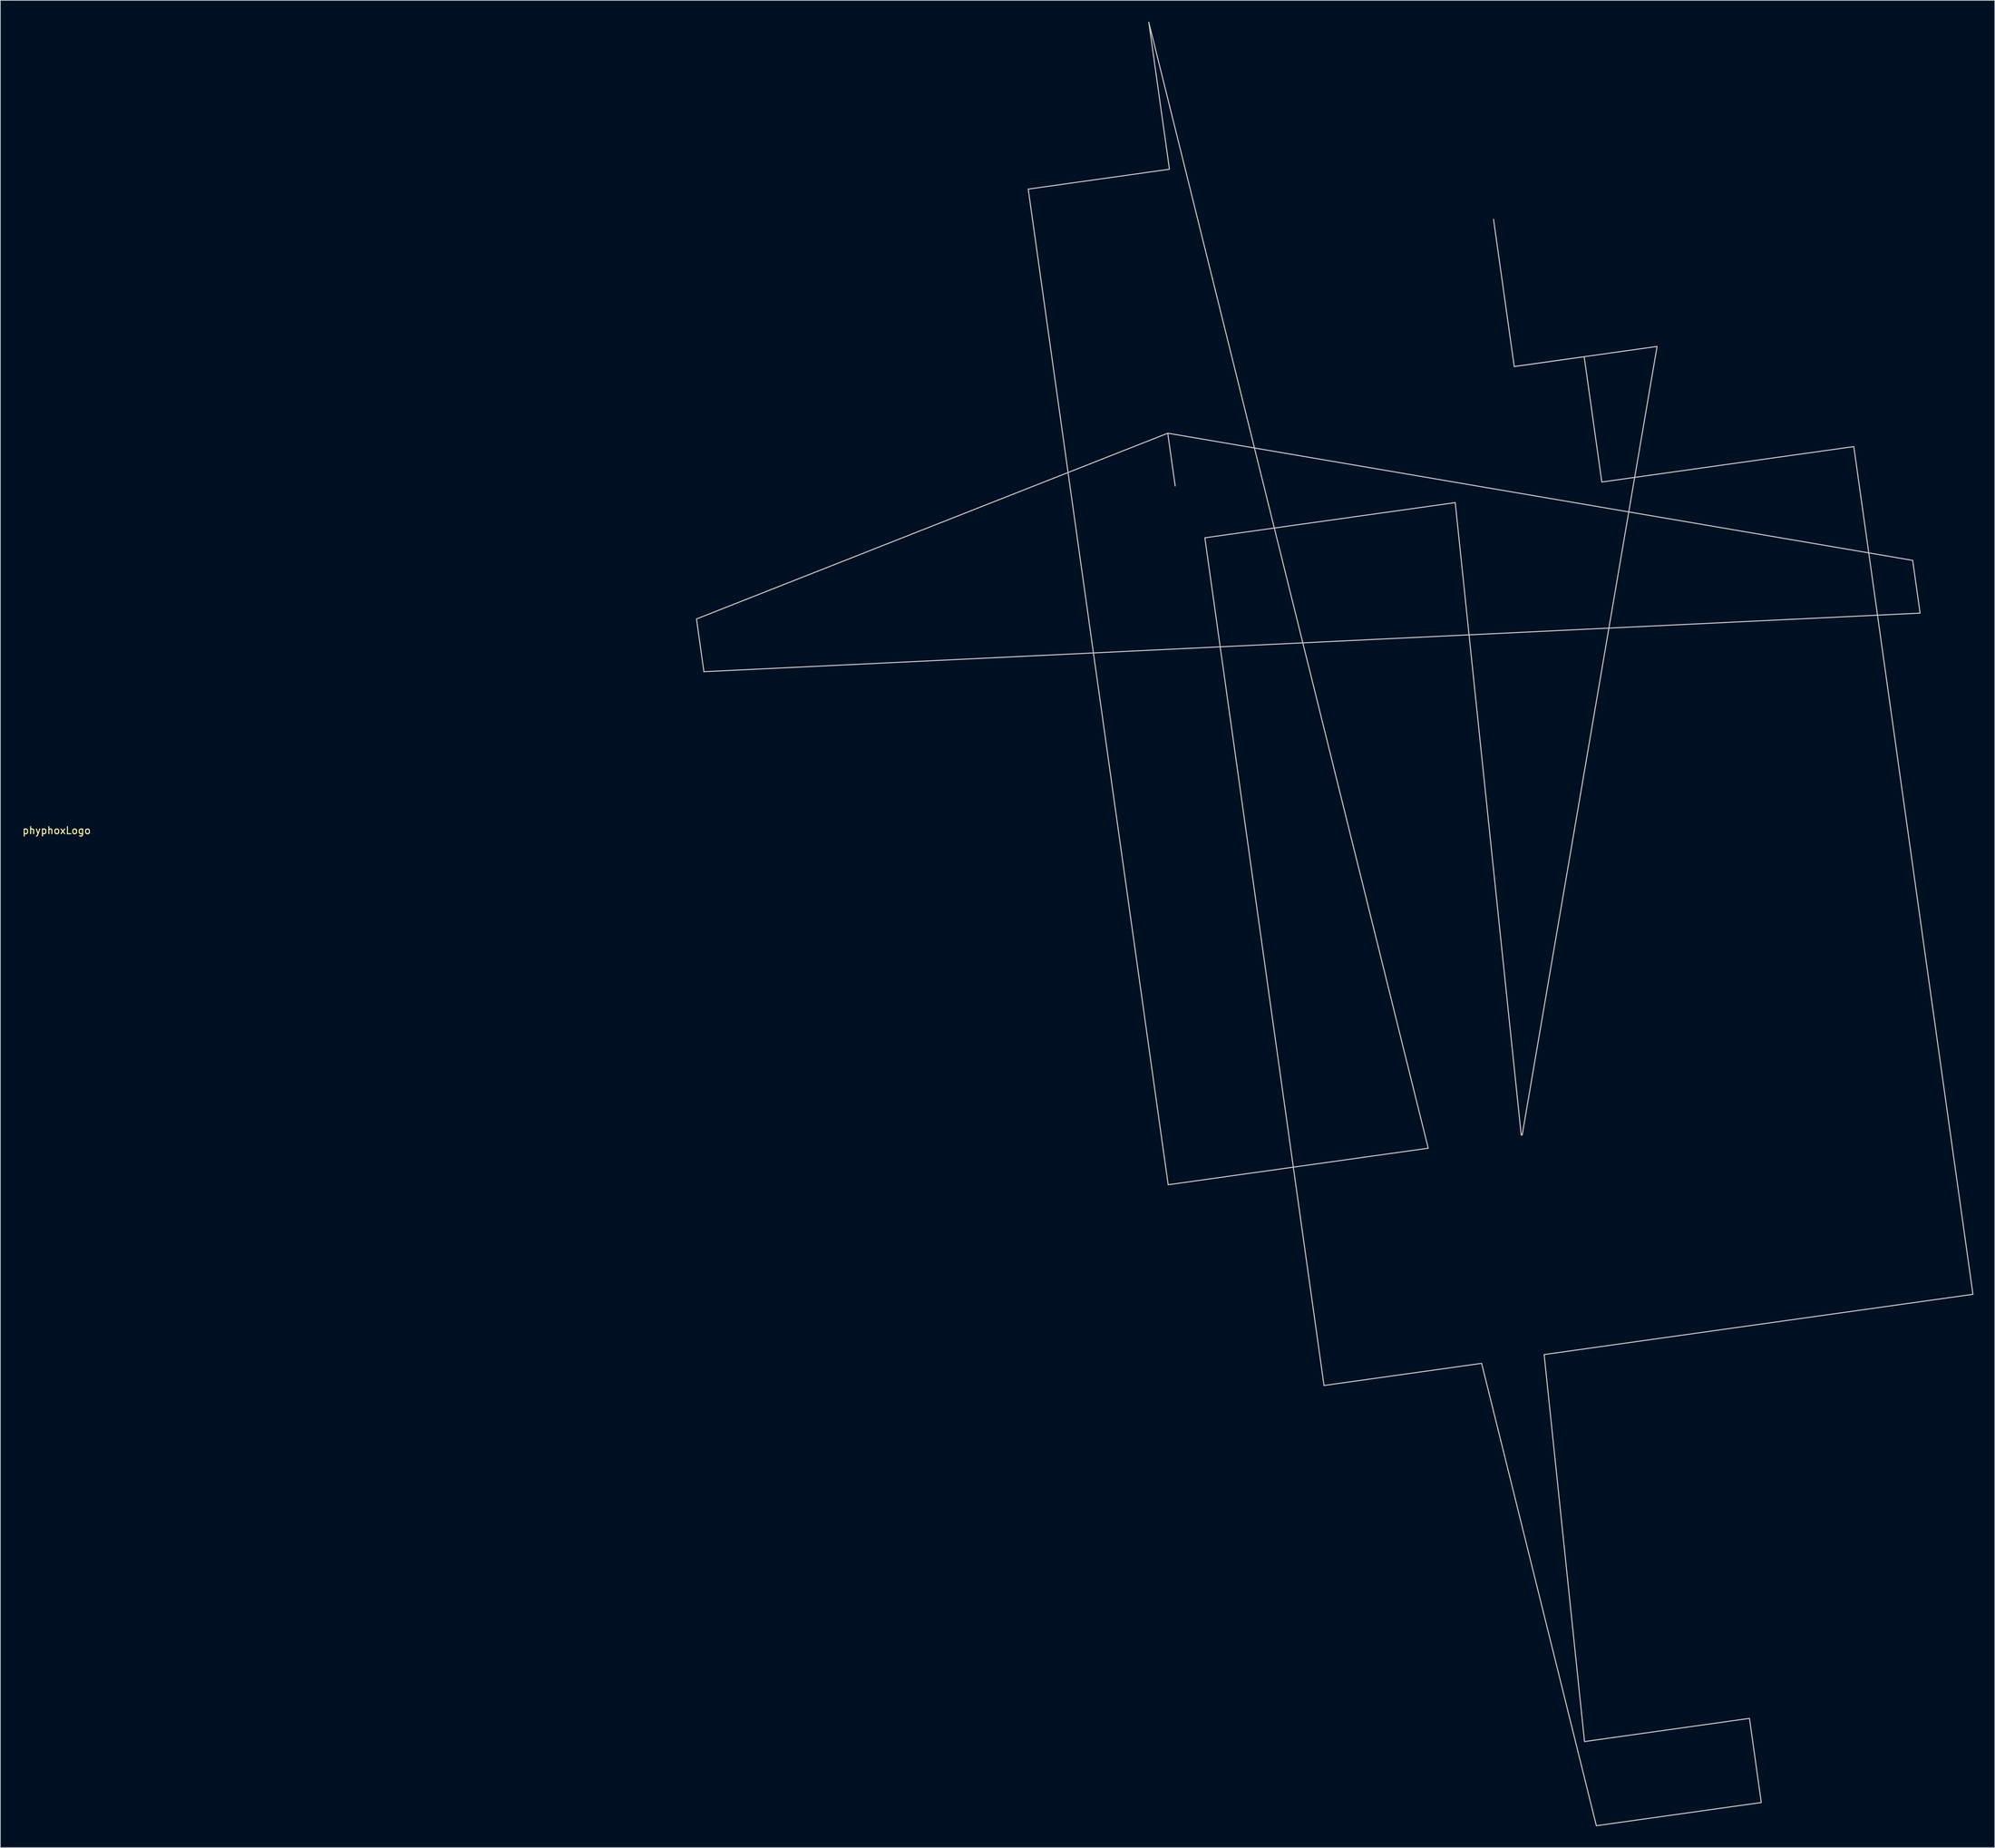
<source format=kicad_pcb>
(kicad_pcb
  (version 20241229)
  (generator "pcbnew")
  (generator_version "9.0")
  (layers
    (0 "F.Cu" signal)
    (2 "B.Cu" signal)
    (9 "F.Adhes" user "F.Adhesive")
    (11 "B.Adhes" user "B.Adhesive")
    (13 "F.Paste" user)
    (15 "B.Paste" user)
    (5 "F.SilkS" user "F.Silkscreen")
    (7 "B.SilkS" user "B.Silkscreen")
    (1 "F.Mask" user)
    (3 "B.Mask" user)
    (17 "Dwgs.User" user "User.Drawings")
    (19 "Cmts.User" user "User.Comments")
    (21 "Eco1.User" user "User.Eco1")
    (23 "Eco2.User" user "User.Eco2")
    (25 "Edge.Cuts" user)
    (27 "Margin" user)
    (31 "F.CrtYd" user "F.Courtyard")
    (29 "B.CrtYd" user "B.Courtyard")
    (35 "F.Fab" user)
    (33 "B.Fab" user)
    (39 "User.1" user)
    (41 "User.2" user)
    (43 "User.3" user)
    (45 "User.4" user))
  (footprint "phyphoxLogo"
    (layer "F.Cu")
    (at 4.706 119.08)
    (property "Reference" "phyphoxLogo" (at 0.229 -5.004 180) (layer "F.SilkS") (effects (font (size 1 1) (thickness 0.15))))
    (attr through_hole)
    (fp_poly (pts (xy 156.919 -61.035) (xy 157.965 -53.598) (xy 156.919 -61.037) (xy 261.966 -43.101) (xy 263.011 -35.663) (xy 91.508 -27.402) (xy 90.463 -34.838)) (stroke (width 0.15) (type solid)) (fill no) (layer "Dwgs.User"))
    (fp_poly (pts (xy 154.241 -119.005) (xy 157.157 -98.26) (xy 137.243 -95.461) (xy 156.977 44.954) (xy 206.901 37.938) (xy 225.921 -73.271) (xy 205.777 -70.44) (xy 202.861 -91.186) (xy 205.778 -70.434) (xy 215.643 -71.82) (xy 218.126 -54.152) (xy 253.663 -59.147) (xy 270.465 60.405) (xy 178.953 73.266) (xy 162.151 -46.285) (xy 197.458 -51.247) (xy 215.69 123.481) (xy 238.949 120.212) (xy 240.617 132.08) (xy 217.358 135.349)) (stroke (width 0.15) (type solid)) (fill no) (layer "Dwgs.User")))
  (gr_rect
    (start -3 -3)
    (end 278.246 257.504)
    (stroke (width 0.1) (type default))
    (fill no)
    (layer "Edge.Cuts")))
</source>
